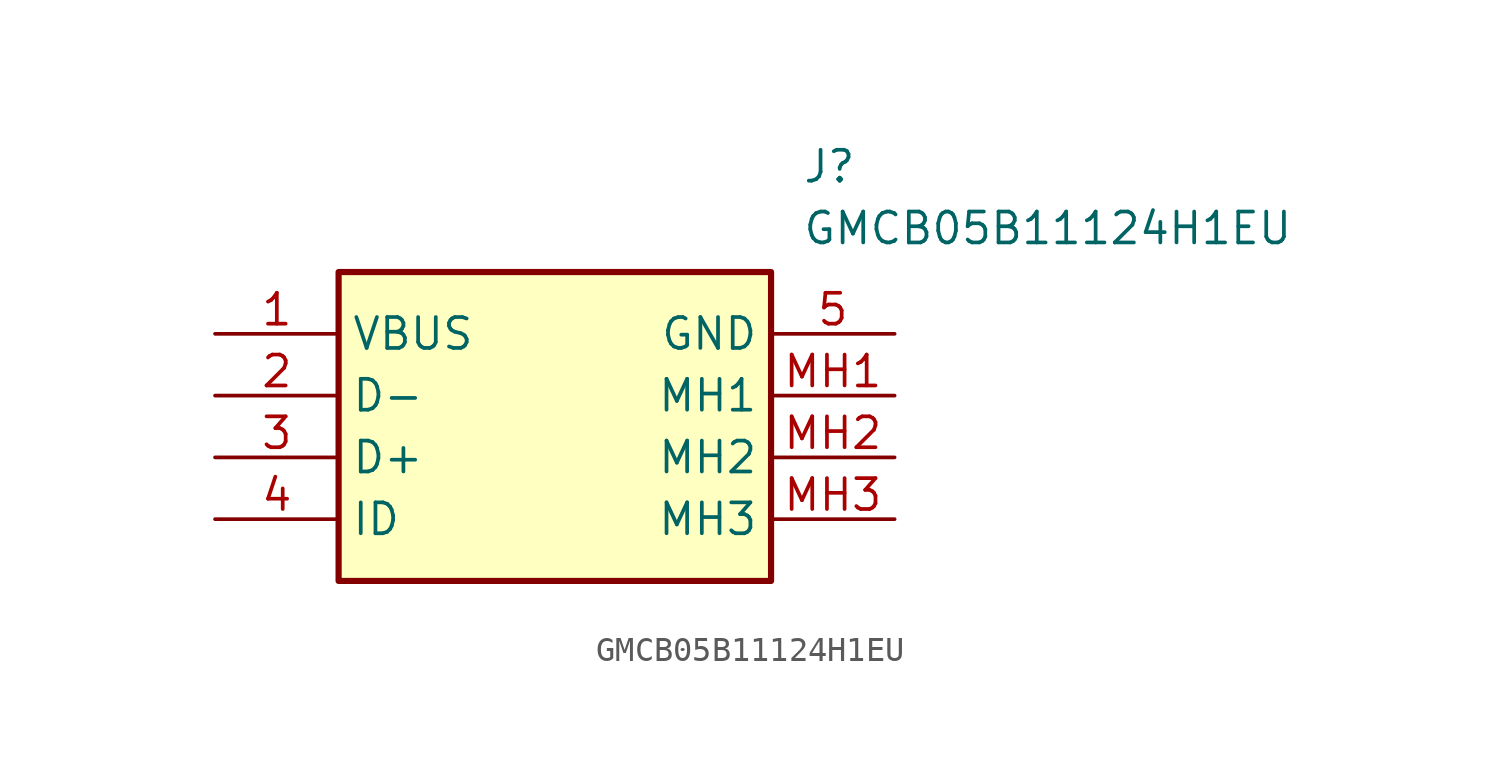
<source format=kicad_sym>
(kicad_symbol_lib
  (version 20211014)
  (generator SamacSys_ECAD_Model)
  (symbol "GMCB05B11124H1EU"
    (property "Reference" "J"
      (at 24.13 7.62 0)
      (effects (font (size 1.27 1.27)) (justify left top)))
    (property "Value" "GMCB05B11124H1EU"
      (at 24.13 5.08 0)
      (effects (font (size 1.27 1.27)) (justify left top)))
    (rectangle
      (start 5.08 2.54)
      (end 22.86 -10.16)
      (stroke (width 0.254) (type default))
      (fill (type background)))
    (pin passive line
      (at 0 0 0)
      (length 5.08)
      (name "VBUS" (effects (font (size 1.27 1.27))))
      (number "1" (effects (font (size 1.27 1.27)))))
    (pin passive line
      (at 0 -2.54 0)
      (length 5.08)
      (name "D-" (effects (font (size 1.27 1.27))))
      (number "2" (effects (font (size 1.27 1.27)))))
    (pin passive line
      (at 0 -5.08 0)
      (length 5.08)
      (name "D+" (effects (font (size 1.27 1.27))))
      (number "3" (effects (font (size 1.27 1.27)))))
    (pin passive line
      (at 0 -7.62 0)
      (length 5.08)
      (name "ID" (effects (font (size 1.27 1.27))))
      (number "4" (effects (font (size 1.27 1.27)))))
    (pin passive line
      (at 27.94 0 180)
      (length 5.08)
      (name "GND" (effects (font (size 1.27 1.27))))
      (number "5" (effects (font (size 1.27 1.27)))))
    (pin passive line
      (at 27.94 -2.54 180)
      (length 5.08)
      (name "MH1" (effects (font (size 1.27 1.27))))
      (number "MH1" (effects (font (size 1.27 1.27)))))
    (pin passive line
      (at 27.94 -5.08 180)
      (length 5.08)
      (name "MH2" (effects (font (size 1.27 1.27))))
      (number "MH2" (effects (font (size 1.27 1.27)))))
    (pin passive line
      (at 27.94 -7.62 180)
      (length 5.08)
      (name "MH3" (effects (font (size 1.27 1.27))))
      (number "MH3" (effects (font (size 1.27 1.27)))))))
</source>
